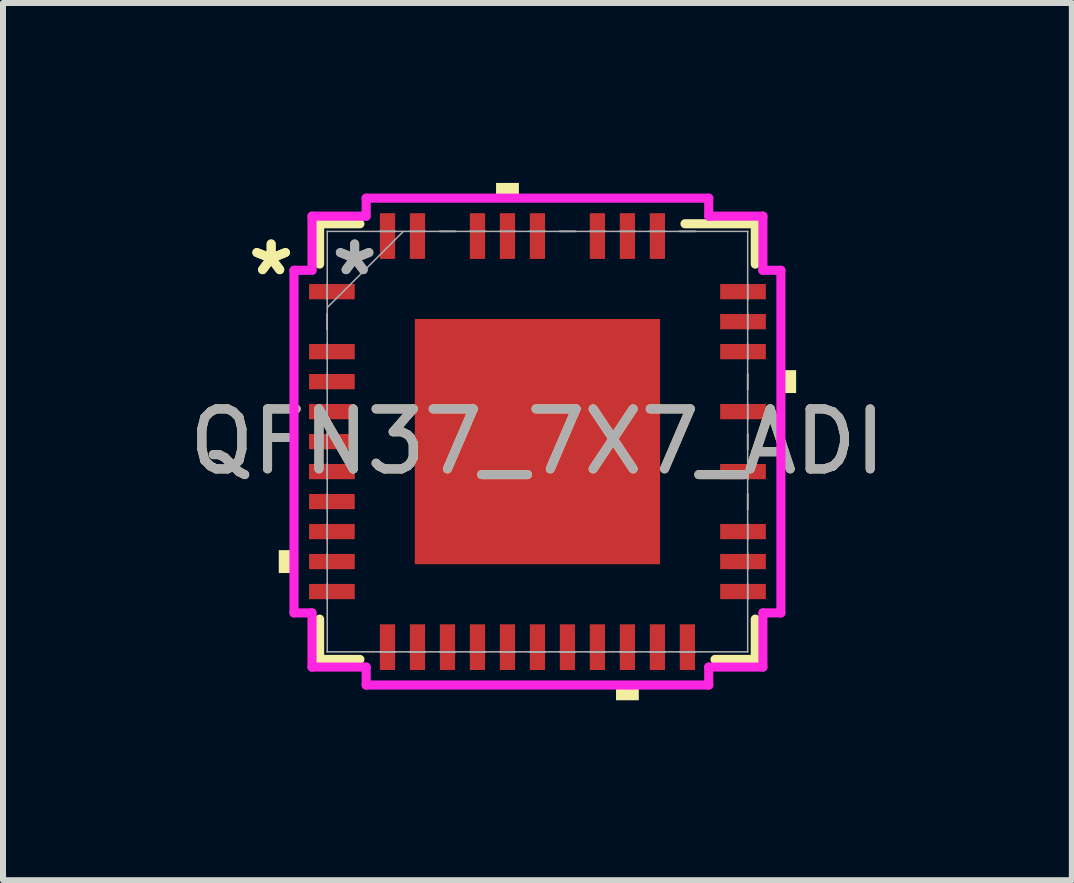
<source format=kicad_pcb>
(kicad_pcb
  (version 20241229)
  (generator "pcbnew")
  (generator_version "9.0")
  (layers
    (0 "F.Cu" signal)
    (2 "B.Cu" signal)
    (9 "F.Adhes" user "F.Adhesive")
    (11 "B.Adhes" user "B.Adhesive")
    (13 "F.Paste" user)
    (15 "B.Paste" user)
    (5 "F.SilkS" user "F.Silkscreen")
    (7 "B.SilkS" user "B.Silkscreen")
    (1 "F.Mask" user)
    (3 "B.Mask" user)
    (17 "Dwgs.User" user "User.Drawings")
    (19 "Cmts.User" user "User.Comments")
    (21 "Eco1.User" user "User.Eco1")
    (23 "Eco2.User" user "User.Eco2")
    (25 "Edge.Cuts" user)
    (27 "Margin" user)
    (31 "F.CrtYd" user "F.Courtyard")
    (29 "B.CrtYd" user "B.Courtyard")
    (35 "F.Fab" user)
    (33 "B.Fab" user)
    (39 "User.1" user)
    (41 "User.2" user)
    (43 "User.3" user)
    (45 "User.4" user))
  (footprint "QFN37_7X7_ADI"
    (layer "F.Cu")
    (at 5.911 4.313)
    (property "Reference" "QFN37_7X7_ADI" (at 0 0 0) (unlocked yes) (layer "F.SilkS") (effects (font (size 1 1) (thickness 0.15))))
    (attr smd)
    (fp_line (start -3.632 -3.632) (end -3.632 -2.96) (stroke (width 0.152) (type solid)) (layer "F.SilkS"))
    (fp_line (start -3.632 2.96) (end -3.632 3.632) (stroke (width 0.152) (type solid)) (layer "F.SilkS"))
    (fp_line (start -3.632 3.632) (end -2.96 3.632) (stroke (width 0.152) (type solid)) (layer "F.SilkS"))
    (fp_line (start -2.96 -3.632) (end -3.632 -3.632) (stroke (width 0.152) (type solid)) (layer "F.SilkS"))
    (fp_line (start 2.96 3.632) (end 3.632 3.632) (stroke (width 0.152) (type solid)) (layer "F.SilkS"))
    (fp_line (start 3.632 -3.632) (end 2.46 -3.632) (stroke (width 0.152) (type solid)) (layer "F.SilkS"))
    (fp_line (start 3.632 -2.96) (end 3.632 -3.632) (stroke (width 0.152) (type solid)) (layer "F.SilkS"))
    (fp_line (start 3.632 3.632) (end 3.632 2.96) (stroke (width 0.152) (type solid)) (layer "F.SilkS"))
    (fp_poly (pts (xy -4.313 1.81) (xy -4.313 2.191) (xy -4.059 2.191) (xy -4.059 1.81)) (stroke (width 0) (type solid)) (fill yes) (layer "F.SilkS"))
    (fp_poly (pts (xy -0.69 -4.059) (xy -0.69 -4.313) (xy -0.309 -4.313) (xy -0.309 -4.059)) (stroke (width 0) (type solid)) (fill yes) (layer "F.SilkS"))
    (fp_poly (pts (xy 1.31 4.059) (xy 1.31 4.313) (xy 1.69 4.313) (xy 1.69 4.059)) (stroke (width 0) (type solid)) (fill yes) (layer "F.SilkS"))
    (fp_poly (pts (xy 4.313 -1.191) (xy 4.313 -0.81) (xy 4.059 -0.81) (xy 4.059 -1.191)) (stroke (width 0) (type solid)) (fill yes) (layer "F.SilkS"))
    (fp_poly (pts (xy -1.945 -1.945) (xy -1.945 -0.782) (xy -0.782 -0.782) (xy -0.782 -1.945)) (stroke (width 0) (type solid)) (fill yes) (layer "F.Paste"))
    (fp_poly (pts (xy -1.945 -0.582) (xy -1.945 0.582) (xy -0.782 0.582) (xy -0.782 -0.582)) (stroke (width 0) (type solid)) (fill yes) (layer "F.Paste"))
    (fp_poly (pts (xy -1.945 0.782) (xy -1.945 1.945) (xy -0.782 1.945) (xy -0.782 0.782)) (stroke (width 0) (type solid)) (fill yes) (layer "F.Paste"))
    (fp_poly (pts (xy -0.582 -1.945) (xy -0.582 -0.782) (xy 0.582 -0.782) (xy 0.582 -1.945)) (stroke (width 0) (type solid)) (fill yes) (layer "F.Paste"))
    (fp_poly (pts (xy -0.582 -0.582) (xy -0.582 0.582) (xy 0.582 0.582) (xy 0.582 -0.582)) (stroke (width 0) (type solid)) (fill yes) (layer "F.Paste"))
    (fp_poly (pts (xy -0.582 0.782) (xy -0.582 1.945) (xy 0.582 1.945) (xy 0.582 0.782)) (stroke (width 0) (type solid)) (fill yes) (layer "F.Paste"))
    (fp_poly (pts (xy 0.782 -1.945) (xy 0.782 -0.782) (xy 1.945 -0.782) (xy 1.945 -1.945)) (stroke (width 0) (type solid)) (fill yes) (layer "F.Paste"))
    (fp_poly (pts (xy 0.782 -0.582) (xy 0.782 0.582) (xy 1.945 0.582) (xy 1.945 -0.582)) (stroke (width 0) (type solid)) (fill yes) (layer "F.Paste"))
    (fp_poly (pts (xy 0.782 0.782) (xy 0.782 1.945) (xy 1.945 1.945) (xy 1.945 0.782)) (stroke (width 0) (type solid)) (fill yes) (layer "F.Paste"))
    (fp_line (start -4.059 -2.856) (end -3.759 -2.856) (stroke (width 0.152) (type solid)) (layer "F.CrtYd"))
    (fp_line (start -4.059 2.856) (end -4.059 -2.856) (stroke (width 0.152) (type solid)) (layer "F.CrtYd"))
    (fp_line (start -3.759 -3.759) (end -2.856 -3.759) (stroke (width 0.152) (type solid)) (layer "F.CrtYd"))
    (fp_line (start -3.759 -2.856) (end -3.759 -3.759) (stroke (width 0.152) (type solid)) (layer "F.CrtYd"))
    (fp_line (start -3.759 2.856) (end -4.059 2.856) (stroke (width 0.152) (type solid)) (layer "F.CrtYd"))
    (fp_line (start -3.759 3.759) (end -3.759 2.856) (stroke (width 0.152) (type solid)) (layer "F.CrtYd"))
    (fp_line (start -2.856 -4.059) (end 2.856 -4.059) (stroke (width 0.152) (type solid)) (layer "F.CrtYd"))
    (fp_line (start -2.856 -3.759) (end -2.856 -4.059) (stroke (width 0.152) (type solid)) (layer "F.CrtYd"))
    (fp_line (start -2.856 3.759) (end -3.759 3.759) (stroke (width 0.152) (type solid)) (layer "F.CrtYd"))
    (fp_line (start -2.856 4.059) (end -2.856 3.759) (stroke (width 0.152) (type solid)) (layer "F.CrtYd"))
    (fp_line (start 2.856 -4.059) (end 2.856 -3.759) (stroke (width 0.152) (type solid)) (layer "F.CrtYd"))
    (fp_line (start 2.856 -3.759) (end 3.759 -3.759) (stroke (width 0.152) (type solid)) (layer "F.CrtYd"))
    (fp_line (start 2.856 3.759) (end 2.856 4.059) (stroke (width 0.152) (type solid)) (layer "F.CrtYd"))
    (fp_line (start 2.856 4.059) (end -2.856 4.059) (stroke (width 0.152) (type solid)) (layer "F.CrtYd"))
    (fp_line (start 3.759 -3.759) (end 3.759 -2.856) (stroke (width 0.152) (type solid)) (layer "F.CrtYd"))
    (fp_line (start 3.759 -2.856) (end 4.059 -2.856) (stroke (width 0.152) (type solid)) (layer "F.CrtYd"))
    (fp_line (start 3.759 2.856) (end 3.759 3.759) (stroke (width 0.152) (type solid)) (layer "F.CrtYd"))
    (fp_line (start 3.759 3.759) (end 2.856 3.759) (stroke (width 0.152) (type solid)) (layer "F.CrtYd"))
    (fp_line (start 4.059 -2.856) (end 4.059 2.856) (stroke (width 0.152) (type solid)) (layer "F.CrtYd"))
    (fp_line (start 4.059 2.856) (end 3.759 2.856) (stroke (width 0.152) (type solid)) (layer "F.CrtYd"))
    (fp_line (start -3.505 -3.505) (end -3.505 -3.505) (stroke (width 0.025) (type solid)) (layer "F.Fab"))
    (fp_line (start -3.505 -3.505) (end -3.505 3.505) (stroke (width 0.025) (type solid)) (layer "F.Fab"))
    (fp_line (start -3.505 -2.627) (end -3.505 -2.627) (stroke (width 0.025) (type solid)) (layer "F.Fab"))
    (fp_line (start -3.505 -2.627) (end -3.505 -2.373) (stroke (width 0.025) (type solid)) (layer "F.Fab"))
    (fp_line (start -3.505 -2.373) (end -3.505 -2.627) (stroke (width 0.025) (type solid)) (layer "F.Fab"))
    (fp_line (start -3.505 -2.373) (end -3.505 -2.373) (stroke (width 0.025) (type solid)) (layer "F.Fab"))
    (fp_line (start -3.505 -2.235) (end -2.235 -3.505) (stroke (width 0.025) (type solid)) (layer "F.Fab"))
    (fp_line (start -3.505 -2.127) (end -3.505 -2.127) (stroke (width 0.025) (type solid)) (layer "F.Fab"))
    (fp_line (start -3.505 -2.127) (end -3.505 -1.873) (stroke (width 0.025) (type solid)) (layer "F.Fab"))
    (fp_line (start -3.505 -1.873) (end -3.505 -2.127) (stroke (width 0.025) (type solid)) (layer "F.Fab"))
    (fp_line (start -3.505 -1.873) (end -3.505 -1.873) (stroke (width 0.025) (type solid)) (layer "F.Fab"))
    (fp_line (start -3.505 -1.627) (end -3.505 -1.627) (stroke (width 0.025) (type solid)) (layer "F.Fab"))
    (fp_line (start -3.505 -1.627) (end -3.505 -1.373) (stroke (width 0.025) (type solid)) (layer "F.Fab"))
    (fp_line (start -3.505 -1.373) (end -3.505 -1.627) (stroke (width 0.025) (type solid)) (layer "F.Fab"))
    (fp_line (start -3.505 -1.373) (end -3.505 -1.373) (stroke (width 0.025) (type solid)) (layer "F.Fab"))
    (fp_line (start -3.505 -1.127) (end -3.505 -1.127) (stroke (width 0.025) (type solid)) (layer "F.Fab"))
    (fp_line (start -3.505 -1.127) (end -3.505 -0.873) (stroke (width 0.025) (type solid)) (layer "F.Fab"))
    (fp_line (start -3.505 -0.873) (end -3.505 -1.127) (stroke (width 0.025) (type solid)) (layer "F.Fab"))
    (fp_line (start -3.505 -0.873) (end -3.505 -0.873) (stroke (width 0.025) (type solid)) (layer "F.Fab"))
    (fp_line (start -3.505 -0.627) (end -3.505 -0.627) (stroke (width 0.025) (type solid)) (layer "F.Fab"))
    (fp_line (start -3.505 -0.627) (end -3.505 -0.373) (stroke (width 0.025) (type solid)) (layer "F.Fab"))
    (fp_line (start -3.505 -0.373) (end -3.505 -0.627) (stroke (width 0.025) (type solid)) (layer "F.Fab"))
    (fp_line (start -3.505 -0.373) (end -3.505 -0.373) (stroke (width 0.025) (type solid)) (layer "F.Fab"))
    (fp_line (start -3.505 -0.127) (end -3.505 -0.127) (stroke (width 0.025) (type solid)) (layer "F.Fab"))
    (fp_line (start -3.505 -0.127) (end -3.505 0.127) (stroke (width 0.025) (type solid)) (layer "F.Fab"))
    (fp_line (start -3.505 0.127) (end -3.505 -0.127) (stroke (width 0.025) (type solid)) (layer "F.Fab"))
    (fp_line (start -3.505 0.127) (end -3.505 0.127) (stroke (width 0.025) (type solid)) (layer "F.Fab"))
    (fp_line (start -3.505 0.373) (end -3.505 0.373) (stroke (width 0.025) (type solid)) (layer "F.Fab"))
    (fp_line (start -3.505 0.373) (end -3.505 0.627) (stroke (width 0.025) (type solid)) (layer "F.Fab"))
    (fp_line (start -3.505 0.627) (end -3.505 0.373) (stroke (width 0.025) (type solid)) (layer "F.Fab"))
    (fp_line (start -3.505 0.627) (end -3.505 0.627) (stroke (width 0.025) (type solid)) (layer "F.Fab"))
    (fp_line (start -3.505 0.873) (end -3.505 0.873) (stroke (width 0.025) (type solid)) (layer "F.Fab"))
    (fp_line (start -3.505 0.873) (end -3.505 1.127) (stroke (width 0.025) (type solid)) (layer "F.Fab"))
    (fp_line (start -3.505 1.127) (end -3.505 0.873) (stroke (width 0.025) (type solid)) (layer "F.Fab"))
    (fp_line (start -3.505 1.127) (end -3.505 1.127) (stroke (width 0.025) (type solid)) (layer "F.Fab"))
    (fp_line (start -3.505 1.373) (end -3.505 1.373) (stroke (width 0.025) (type solid)) (layer "F.Fab"))
    (fp_line (start -3.505 1.373) (end -3.505 1.627) (stroke (width 0.025) (type solid)) (layer "F.Fab"))
    (fp_line (start -3.505 1.627) (end -3.505 1.373) (stroke (width 0.025) (type solid)) (layer "F.Fab"))
    (fp_line (start -3.505 1.627) (end -3.505 1.627) (stroke (width 0.025) (type solid)) (layer "F.Fab"))
    (fp_line (start -3.505 1.873) (end -3.505 1.873) (stroke (width 0.025) (type solid)) (layer "F.Fab"))
    (fp_line (start -3.505 1.873) (end -3.505 2.127) (stroke (width 0.025) (type solid)) (layer "F.Fab"))
    (fp_line (start -3.505 2.127) (end -3.505 1.873) (stroke (width 0.025) (type solid)) (layer "F.Fab"))
    (fp_line (start -3.505 2.127) (end -3.505 2.127) (stroke (width 0.025) (type solid)) (layer "F.Fab"))
    (fp_line (start -3.505 2.373) (end -3.505 2.373) (stroke (width 0.025) (type solid)) (layer "F.Fab"))
    (fp_line (start -3.505 2.373) (end -3.505 2.627) (stroke (width 0.025) (type solid)) (layer "F.Fab"))
    (fp_line (start -3.505 2.627) (end -3.505 2.373) (stroke (width 0.025) (type solid)) (layer "F.Fab"))
    (fp_line (start -3.505 2.627) (end -3.505 2.627) (stroke (width 0.025) (type solid)) (layer "F.Fab"))
    (fp_line (start -3.505 3.505) (end -3.505 3.505) (stroke (width 0.025) (type solid)) (layer "F.Fab"))
    (fp_line (start -3.505 3.505) (end 3.505 3.505) (stroke (width 0.025) (type solid)) (layer "F.Fab"))
    (fp_line (start -2.627 -3.505) (end -2.627 -3.505) (stroke (width 0.025) (type solid)) (layer "F.Fab"))
    (fp_line (start -2.627 -3.505) (end -2.373 -3.505) (stroke (width 0.025) (type solid)) (layer "F.Fab"))
    (fp_line (start -2.627 3.505) (end -2.627 3.505) (stroke (width 0.025) (type solid)) (layer "F.Fab"))
    (fp_line (start -2.627 3.505) (end -2.373 3.505) (stroke (width 0.025) (type solid)) (layer "F.Fab"))
    (fp_line (start -2.373 -3.505) (end -2.627 -3.505) (stroke (width 0.025) (type solid)) (layer "F.Fab"))
    (fp_line (start -2.373 -3.505) (end -2.373 -3.505) (stroke (width 0.025) (type solid)) (layer "F.Fab"))
    (fp_line (start -2.373 3.505) (end -2.627 3.505) (stroke (width 0.025) (type solid)) (layer "F.Fab"))
    (fp_line (start -2.373 3.505) (end -2.373 3.505) (stroke (width 0.025) (type solid)) (layer "F.Fab"))
    (fp_line (start -2.127 -3.505) (end -2.127 -3.505) (stroke (width 0.025) (type solid)) (layer "F.Fab"))
    (fp_line (start -2.127 -3.505) (end -1.873 -3.505) (stroke (width 0.025) (type solid)) (layer "F.Fab"))
    (fp_line (start -2.127 3.505) (end -2.127 3.505) (stroke (width 0.025) (type solid)) (layer "F.Fab"))
    (fp_line (start -2.127 3.505) (end -1.873 3.505) (stroke (width 0.025) (type solid)) (layer "F.Fab"))
    (fp_line (start -1.873 -3.505) (end -2.127 -3.505) (stroke (width 0.025) (type solid)) (layer "F.Fab"))
    (fp_line (start -1.873 -3.505) (end -1.873 -3.505) (stroke (width 0.025) (type solid)) (layer "F.Fab"))
    (fp_line (start -1.873 3.505) (end -2.127 3.505) (stroke (width 0.025) (type solid)) (layer "F.Fab"))
    (fp_line (start -1.873 3.505) (end -1.873 3.505) (stroke (width 0.025) (type solid)) (layer "F.Fab"))
    (fp_line (start -1.627 -3.505) (end -1.627 -3.505) (stroke (width 0.025) (type solid)) (layer "F.Fab"))
    (fp_line (start -1.627 -3.505) (end -1.373 -3.505) (stroke (width 0.025) (type solid)) (layer "F.Fab"))
    (fp_line (start -1.627 3.505) (end -1.627 3.505) (stroke (width 0.025) (type solid)) (layer "F.Fab"))
    (fp_line (start -1.627 3.505) (end -1.373 3.505) (stroke (width 0.025) (type solid)) (layer "F.Fab"))
    (fp_line (start -1.373 -3.505) (end -1.627 -3.505) (stroke (width 0.025) (type solid)) (layer "F.Fab"))
    (fp_line (start -1.373 -3.505) (end -1.373 -3.505) (stroke (width 0.025) (type solid)) (layer "F.Fab"))
    (fp_line (start -1.373 3.505) (end -1.627 3.505) (stroke (width 0.025) (type solid)) (layer "F.Fab"))
    (fp_line (start -1.373 3.505) (end -1.373 3.505) (stroke (width 0.025) (type solid)) (layer "F.Fab"))
    (fp_line (start -1.127 -3.505) (end -1.127 -3.505) (stroke (width 0.025) (type solid)) (layer "F.Fab"))
    (fp_line (start -1.127 -3.505) (end -0.873 -3.505) (stroke (width 0.025) (type solid)) (layer "F.Fab"))
    (fp_line (start -1.127 3.505) (end -1.127 3.505) (stroke (width 0.025) (type solid)) (layer "F.Fab"))
    (fp_line (start -1.127 3.505) (end -0.873 3.505) (stroke (width 0.025) (type solid)) (layer "F.Fab"))
    (fp_line (start -0.873 -3.505) (end -1.127 -3.505) (stroke (width 0.025) (type solid)) (layer "F.Fab"))
    (fp_line (start -0.873 -3.505) (end -0.873 -3.505) (stroke (width 0.025) (type solid)) (layer "F.Fab"))
    (fp_line (start -0.873 3.505) (end -1.127 3.505) (stroke (width 0.025) (type solid)) (layer "F.Fab"))
    (fp_line (start -0.873 3.505) (end -0.873 3.505) (stroke (width 0.025) (type solid)) (layer "F.Fab"))
    (fp_line (start -0.627 -3.505) (end -0.627 -3.505) (stroke (width 0.025) (type solid)) (layer "F.Fab"))
    (fp_line (start -0.627 -3.505) (end -0.373 -3.505) (stroke (width 0.025) (type solid)) (layer "F.Fab"))
    (fp_line (start -0.627 3.505) (end -0.627 3.505) (stroke (width 0.025) (type solid)) (layer "F.Fab"))
    (fp_line (start -0.627 3.505) (end -0.373 3.505) (stroke (width 0.025) (type solid)) (layer "F.Fab"))
    (fp_line (start -0.373 -3.505) (end -0.627 -3.505) (stroke (width 0.025) (type solid)) (layer "F.Fab"))
    (fp_line (start -0.373 -3.505) (end -0.373 -3.505) (stroke (width 0.025) (type solid)) (layer "F.Fab"))
    (fp_line (start -0.373 3.505) (end -0.627 3.505) (stroke (width 0.025) (type solid)) (layer "F.Fab"))
    (fp_line (start -0.373 3.505) (end -0.373 3.505) (stroke (width 0.025) (type solid)) (layer "F.Fab"))
    (fp_line (start -0.127 -3.505) (end -0.127 -3.505) (stroke (width 0.025) (type solid)) (layer "F.Fab"))
    (fp_line (start -0.127 -3.505) (end 0.127 -3.505) (stroke (width 0.025) (type solid)) (layer "F.Fab"))
    (fp_line (start -0.127 3.505) (end -0.127 3.505) (stroke (width 0.025) (type solid)) (layer "F.Fab"))
    (fp_line (start -0.127 3.505) (end 0.127 3.505) (stroke (width 0.025) (type solid)) (layer "F.Fab"))
    (fp_line (start 0.127 -3.505) (end -0.127 -3.505) (stroke (width 0.025) (type solid)) (layer "F.Fab"))
    (fp_line (start 0.127 -3.505) (end 0.127 -3.505) (stroke (width 0.025) (type solid)) (layer "F.Fab"))
    (fp_line (start 0.127 3.505) (end -0.127 3.505) (stroke (width 0.025) (type solid)) (layer "F.Fab"))
    (fp_line (start 0.127 3.505) (end 0.127 3.505) (stroke (width 0.025) (type solid)) (layer "F.Fab"))
    (fp_line (start 0.373 -3.505) (end 0.373 -3.505) (stroke (width 0.025) (type solid)) (layer "F.Fab"))
    (fp_line (start 0.373 -3.505) (end 0.627 -3.505) (stroke (width 0.025) (type solid)) (layer "F.Fab"))
    (fp_line (start 0.373 3.505) (end 0.373 3.505) (stroke (width 0.025) (type solid)) (layer "F.Fab"))
    (fp_line (start 0.373 3.505) (end 0.627 3.505) (stroke (width 0.025) (type solid)) (layer "F.Fab"))
    (fp_line (start 0.627 -3.505) (end 0.373 -3.505) (stroke (width 0.025) (type solid)) (layer "F.Fab"))
    (fp_line (start 0.627 -3.505) (end 0.627 -3.505) (stroke (width 0.025) (type solid)) (layer "F.Fab"))
    (fp_line (start 0.627 3.505) (end 0.373 3.505) (stroke (width 0.025) (type solid)) (layer "F.Fab"))
    (fp_line (start 0.627 3.505) (end 0.627 3.505) (stroke (width 0.025) (type solid)) (layer "F.Fab"))
    (fp_line (start 0.873 -3.505) (end 0.873 -3.505) (stroke (width 0.025) (type solid)) (layer "F.Fab"))
    (fp_line (start 0.873 -3.505) (end 1.127 -3.505) (stroke (width 0.025) (type solid)) (layer "F.Fab"))
    (fp_line (start 0.873 3.505) (end 0.873 3.505) (stroke (width 0.025) (type solid)) (layer "F.Fab"))
    (fp_line (start 0.873 3.505) (end 1.127 3.505) (stroke (width 0.025) (type solid)) (layer "F.Fab"))
    (fp_line (start 1.127 -3.505) (end 0.873 -3.505) (stroke (width 0.025) (type solid)) (layer "F.Fab"))
    (fp_line (start 1.127 -3.505) (end 1.127 -3.505) (stroke (width 0.025) (type solid)) (layer "F.Fab"))
    (fp_line (start 1.127 3.505) (end 0.873 3.505) (stroke (width 0.025) (type solid)) (layer "F.Fab"))
    (fp_line (start 1.127 3.505) (end 1.127 3.505) (stroke (width 0.025) (type solid)) (layer "F.Fab"))
    (fp_line (start 1.373 -3.505) (end 1.373 -3.505) (stroke (width 0.025) (type solid)) (layer "F.Fab"))
    (fp_line (start 1.373 -3.505) (end 1.627 -3.505) (stroke (width 0.025) (type solid)) (layer "F.Fab"))
    (fp_line (start 1.373 3.505) (end 1.373 3.505) (stroke (width 0.025) (type solid)) (layer "F.Fab"))
    (fp_line (start 1.373 3.505) (end 1.627 3.505) (stroke (width 0.025) (type solid)) (layer "F.Fab"))
    (fp_line (start 1.627 -3.505) (end 1.373 -3.505) (stroke (width 0.025) (type solid)) (layer "F.Fab"))
    (fp_line (start 1.627 -3.505) (end 1.627 -3.505) (stroke (width 0.025) (type solid)) (layer "F.Fab"))
    (fp_line (start 1.627 3.505) (end 1.373 3.505) (stroke (width 0.025) (type solid)) (layer "F.Fab"))
    (fp_line (start 1.627 3.505) (end 1.627 3.505) (stroke (width 0.025) (type solid)) (layer "F.Fab"))
    (fp_line (start 1.873 -3.505) (end 1.873 -3.505) (stroke (width 0.025) (type solid)) (layer "F.Fab"))
    (fp_line (start 1.873 -3.505) (end 2.127 -3.505) (stroke (width 0.025) (type solid)) (layer "F.Fab"))
    (fp_line (start 1.873 3.505) (end 1.873 3.505) (stroke (width 0.025) (type solid)) (layer "F.Fab"))
    (fp_line (start 1.873 3.505) (end 2.127 3.505) (stroke (width 0.025) (type solid)) (layer "F.Fab"))
    (fp_line (start 2.127 -3.505) (end 1.873 -3.505) (stroke (width 0.025) (type solid)) (layer "F.Fab"))
    (fp_line (start 2.127 -3.505) (end 2.127 -3.505) (stroke (width 0.025) (type solid)) (layer "F.Fab"))
    (fp_line (start 2.127 3.505) (end 1.873 3.505) (stroke (width 0.025) (type solid)) (layer "F.Fab"))
    (fp_line (start 2.127 3.505) (end 2.127 3.505) (stroke (width 0.025) (type solid)) (layer "F.Fab"))
    (fp_line (start 2.373 -3.505) (end 2.373 -3.505) (stroke (width 0.025) (type solid)) (layer "F.Fab"))
    (fp_line (start 2.373 -3.505) (end 2.627 -3.505) (stroke (width 0.025) (type solid)) (layer "F.Fab"))
    (fp_line (start 2.373 3.505) (end 2.373 3.505) (stroke (width 0.025) (type solid)) (layer "F.Fab"))
    (fp_line (start 2.373 3.505) (end 2.627 3.505) (stroke (width 0.025) (type solid)) (layer "F.Fab"))
    (fp_line (start 2.627 -3.505) (end 2.373 -3.505) (stroke (width 0.025) (type solid)) (layer "F.Fab"))
    (fp_line (start 2.627 -3.505) (end 2.627 -3.505) (stroke (width 0.025) (type solid)) (layer "F.Fab"))
    (fp_line (start 2.627 3.505) (end 2.373 3.505) (stroke (width 0.025) (type solid)) (layer "F.Fab"))
    (fp_line (start 2.627 3.505) (end 2.627 3.505) (stroke (width 0.025) (type solid)) (layer "F.Fab"))
    (fp_line (start 3.505 -3.505) (end -3.505 -3.505) (stroke (width 0.025) (type solid)) (layer "F.Fab"))
    (fp_line (start 3.505 -3.505) (end 3.505 -3.505) (stroke (width 0.025) (type solid)) (layer "F.Fab"))
    (fp_line (start 3.505 -2.627) (end 3.505 -2.627) (stroke (width 0.025) (type solid)) (layer "F.Fab"))
    (fp_line (start 3.505 -2.627) (end 3.505 -2.373) (stroke (width 0.025) (type solid)) (layer "F.Fab"))
    (fp_line (start 3.505 -2.373) (end 3.505 -2.627) (stroke (width 0.025) (type solid)) (layer "F.Fab"))
    (fp_line (start 3.505 -2.373) (end 3.505 -2.373) (stroke (width 0.025) (type solid)) (layer "F.Fab"))
    (fp_line (start 3.505 -2.127) (end 3.505 -2.127) (stroke (width 0.025) (type solid)) (layer "F.Fab"))
    (fp_line (start 3.505 -2.127) (end 3.505 -1.873) (stroke (width 0.025) (type solid)) (layer "F.Fab"))
    (fp_line (start 3.505 -1.873) (end 3.505 -2.127) (stroke (width 0.025) (type solid)) (layer "F.Fab"))
    (fp_line (start 3.505 -1.873) (end 3.505 -1.873) (stroke (width 0.025) (type solid)) (layer "F.Fab"))
    (fp_line (start 3.505 -1.627) (end 3.505 -1.627) (stroke (width 0.025) (type solid)) (layer "F.Fab"))
    (fp_line (start 3.505 -1.627) (end 3.505 -1.373) (stroke (width 0.025) (type solid)) (layer "F.Fab"))
    (fp_line (start 3.505 -1.373) (end 3.505 -1.627) (stroke (width 0.025) (type solid)) (layer "F.Fab"))
    (fp_line (start 3.505 -1.373) (end 3.505 -1.373) (stroke (width 0.025) (type solid)) (layer "F.Fab"))
    (fp_line (start 3.505 -1.127) (end 3.505 -1.127) (stroke (width 0.025) (type solid)) (layer "F.Fab"))
    (fp_line (start 3.505 -1.127) (end 3.505 -0.873) (stroke (width 0.025) (type solid)) (layer "F.Fab"))
    (fp_line (start 3.505 -0.873) (end 3.505 -1.127) (stroke (width 0.025) (type solid)) (layer "F.Fab"))
    (fp_line (start 3.505 -0.873) (end 3.505 -0.873) (stroke (width 0.025) (type solid)) (layer "F.Fab"))
    (fp_line (start 3.505 -0.627) (end 3.505 -0.627) (stroke (width 0.025) (type solid)) (layer "F.Fab"))
    (fp_line (start 3.505 -0.627) (end 3.505 -0.373) (stroke (width 0.025) (type solid)) (layer "F.Fab"))
    (fp_line (start 3.505 -0.373) (end 3.505 -0.627) (stroke (width 0.025) (type solid)) (layer "F.Fab"))
    (fp_line (start 3.505 -0.373) (end 3.505 -0.373) (stroke (width 0.025) (type solid)) (layer "F.Fab"))
    (fp_line (start 3.505 -0.127) (end 3.505 -0.127) (stroke (width 0.025) (type solid)) (layer "F.Fab"))
    (fp_line (start 3.505 -0.127) (end 3.505 0.127) (stroke (width 0.025) (type solid)) (layer "F.Fab"))
    (fp_line (start 3.505 0.127) (end 3.505 -0.127) (stroke (width 0.025) (type solid)) (layer "F.Fab"))
    (fp_line (start 3.505 0.127) (end 3.505 0.127) (stroke (width 0.025) (type solid)) (layer "F.Fab"))
    (fp_line (start 3.505 0.373) (end 3.505 0.373) (stroke (width 0.025) (type solid)) (layer "F.Fab"))
    (fp_line (start 3.505 0.373) (end 3.505 0.627) (stroke (width 0.025) (type solid)) (layer "F.Fab"))
    (fp_line (start 3.505 0.627) (end 3.505 0.373) (stroke (width 0.025) (type solid)) (layer "F.Fab"))
    (fp_line (start 3.505 0.627) (end 3.505 0.627) (stroke (width 0.025) (type solid)) (layer "F.Fab"))
    (fp_line (start 3.505 0.873) (end 3.505 0.873) (stroke (width 0.025) (type solid)) (layer "F.Fab"))
    (fp_line (start 3.505 0.873) (end 3.505 1.127) (stroke (width 0.025) (type solid)) (layer "F.Fab"))
    (fp_line (start 3.505 1.127) (end 3.505 0.873) (stroke (width 0.025) (type solid)) (layer "F.Fab"))
    (fp_line (start 3.505 1.127) (end 3.505 1.127) (stroke (width 0.025) (type solid)) (layer "F.Fab"))
    (fp_line (start 3.505 1.373) (end 3.505 1.373) (stroke (width 0.025) (type solid)) (layer "F.Fab"))
    (fp_line (start 3.505 1.373) (end 3.505 1.627) (stroke (width 0.025) (type solid)) (layer "F.Fab"))
    (fp_line (start 3.505 1.627) (end 3.505 1.373) (stroke (width 0.025) (type solid)) (layer "F.Fab"))
    (fp_line (start 3.505 1.627) (end 3.505 1.627) (stroke (width 0.025) (type solid)) (layer "F.Fab"))
    (fp_line (start 3.505 1.873) (end 3.505 1.873) (stroke (width 0.025) (type solid)) (layer "F.Fab"))
    (fp_line (start 3.505 1.873) (end 3.505 2.127) (stroke (width 0.025) (type solid)) (layer "F.Fab"))
    (fp_line (start 3.505 2.127) (end 3.505 1.873) (stroke (width 0.025) (type solid)) (layer "F.Fab"))
    (fp_line (start 3.505 2.127) (end 3.505 2.127) (stroke (width 0.025) (type solid)) (layer "F.Fab"))
    (fp_line (start 3.505 2.373) (end 3.505 2.373) (stroke (width 0.025) (type solid)) (layer "F.Fab"))
    (fp_line (start 3.505 2.373) (end 3.505 2.627) (stroke (width 0.025) (type solid)) (layer "F.Fab"))
    (fp_line (start 3.505 2.627) (end 3.505 2.373) (stroke (width 0.025) (type solid)) (layer "F.Fab"))
    (fp_line (start 3.505 2.627) (end 3.505 2.627) (stroke (width 0.025) (type solid)) (layer "F.Fab"))
    (fp_line (start 3.505 3.505) (end 3.505 -3.505) (stroke (width 0.025) (type solid)) (layer "F.Fab"))
    (fp_line (start 3.505 3.505) (end 3.505 3.505) (stroke (width 0.025) (type solid)) (layer "F.Fab"))
    (fp_text user "*" (at -4.44 -2.75 0) (unlocked yes) (layer "F.SilkS") (effects (font (size 1 1) (thickness 0.15))))
    (fp_text user "*" (at -4.44 -2.75 0) (layer "F.SilkS") (effects (font (size 1 1) (thickness 0.15))))
    (fp_text user "*" (at -3.048 -2.75 0) (layer "F.Fab") (effects (font (size 1 1) (thickness 0.15))))
    (fp_text user "${REFERENCE}" (at 0 0 0) (unlocked yes) (layer "F.Fab") (effects (font (size 1 1) (thickness 0.15))))
    (fp_text user "*" (at -3.048 -2.75 0) (unlocked yes) (layer "F.Fab") (effects (font (size 1 1) (thickness 0.15))))
    (pad "1" smd rect (at -3.427 -2.5 90) (size 0.254 0.762) (layers "F.Cu" "F.Mask" "F.Paste"))
    (pad "2" smd rect (at -3.427 -1.5 90) (size 0.254 0.762) (layers "F.Cu" "F.Mask" "F.Paste"))
    (pad "3" smd rect (at -3.427 -1 90) (size 0.254 0.762) (layers "F.Cu" "F.Mask" "F.Paste"))
    (pad "4" smd rect (at -3.427 -0.5 90) (size 0.254 0.762) (layers "F.Cu" "F.Mask" "F.Paste"))
    (pad "5" smd rect (at -3.427 0 90) (size 0.254 0.762) (layers "F.Cu" "F.Mask" "F.Paste"))
    (pad "6" smd rect (at -3.427 0.5 90) (size 0.254 0.762) (layers "F.Cu" "F.Mask" "F.Paste"))
    (pad "7" smd rect (at -3.427 1 90) (size 0.254 0.762) (layers "F.Cu" "F.Mask" "F.Paste"))
    (pad "8" smd rect (at -3.427 1.5 90) (size 0.254 0.762) (layers "F.Cu" "F.Mask" "F.Paste"))
    (pad "9" smd rect (at -3.427 2 90) (size 0.254 0.762) (layers "F.Cu" "F.Mask" "F.Paste"))
    (pad "10" smd rect (at -3.427 2.5 90) (size 0.254 0.762) (layers "F.Cu" "F.Mask" "F.Paste"))
    (pad "11" smd rect (at -2.5 3.427) (size 0.254 0.762) (layers "F.Cu" "F.Mask" "F.Paste"))
    (pad "12" smd rect (at -2 3.427) (size 0.254 0.762) (layers "F.Cu" "F.Mask" "F.Paste"))
    (pad "13" smd rect (at -1.5 3.427) (size 0.254 0.762) (layers "F.Cu" "F.Mask" "F.Paste"))
    (pad "14" smd rect (at -1 3.427) (size 0.254 0.762) (layers "F.Cu" "F.Mask" "F.Paste"))
    (pad "15" smd rect (at -0.5 3.427) (size 0.254 0.762) (layers "F.Cu" "F.Mask" "F.Paste"))
    (pad "16" smd rect (at 0 3.427) (size 0.254 0.762) (layers "F.Cu" "F.Mask" "F.Paste"))
    (pad "17" smd rect (at 0.5 3.427) (size 0.254 0.762) (layers "F.Cu" "F.Mask" "F.Paste"))
    (pad "18" smd rect (at 1 3.427) (size 0.254 0.762) (layers "F.Cu" "F.Mask" "F.Paste"))
    (pad "19" smd rect (at 1.5 3.427) (size 0.254 0.762) (layers "F.Cu" "F.Mask" "F.Paste"))
    (pad "20" smd rect (at 2 3.427) (size 0.254 0.762) (layers "F.Cu" "F.Mask" "F.Paste"))
    (pad "21" smd rect (at 2.5 3.427) (size 0.254 0.762) (layers "F.Cu" "F.Mask" "F.Paste"))
    (pad "22" smd rect (at 3.427 2.5 90) (size 0.254 0.762) (layers "F.Cu" "F.Mask" "F.Paste"))
    (pad "23" smd rect (at 3.427 2 90) (size 0.254 0.762) (layers "F.Cu" "F.Mask" "F.Paste"))
    (pad "24" smd rect (at 3.427 1.5 90) (size 0.254 0.762) (layers "F.Cu" "F.Mask" "F.Paste"))
    (pad "25" smd rect (at 3.427 0.5 90) (size 0.254 0.762) (layers "F.Cu" "F.Mask" "F.Paste"))
    (pad "26" smd rect (at 3.427 -0.5 90) (size 0.254 0.762) (layers "F.Cu" "F.Mask" "F.Paste"))
    (pad "27" smd rect (at 3.427 -1.5 90) (size 0.254 0.762) (layers "F.Cu" "F.Mask" "F.Paste"))
    (pad "28" smd rect (at 3.427 -2 90) (size 0.254 0.762) (layers "F.Cu" "F.Mask" "F.Paste"))
    (pad "29" smd rect (at 3.427 -2.5 90) (size 0.254 0.762) (layers "F.Cu" "F.Mask" "F.Paste"))
    (pad "30" smd rect (at 2 -3.427) (size 0.254 0.762) (layers "F.Cu" "F.Mask" "F.Paste"))
    (pad "31" smd rect (at 1.5 -3.427) (size 0.254 0.762) (layers "F.Cu" "F.Mask" "F.Paste"))
    (pad "32" smd rect (at 1 -3.427) (size 0.254 0.762) (layers "F.Cu" "F.Mask" "F.Paste"))
    (pad "33" smd rect (at 0 -3.427) (size 0.254 0.762) (layers "F.Cu" "F.Mask" "F.Paste"))
    (pad "34" smd rect (at -0.5 -3.427) (size 0.254 0.762) (layers "F.Cu" "F.Mask" "F.Paste"))
    (pad "35" smd rect (at -1 -3.427) (size 0.254 0.762) (layers "F.Cu" "F.Mask" "F.Paste"))
    (pad "36" smd rect (at -2 -3.427) (size 0.254 0.762) (layers "F.Cu" "F.Mask" "F.Paste"))
    (pad "37" smd rect (at -2.5 -3.427) (size 0.254 0.762) (layers "F.Cu" "F.Mask" "F.Paste"))
    (pad "38" smd rect (at 0 0) (size 4.089 4.089) (layers "F.Cu" "F.Mask" "F.Paste")))
  (gr_rect
    (start -3 -3)
    (end 14.821 11.626)
    (stroke (width 0.1) (type default))
    (fill no)
    (layer "Edge.Cuts")))
</source>
